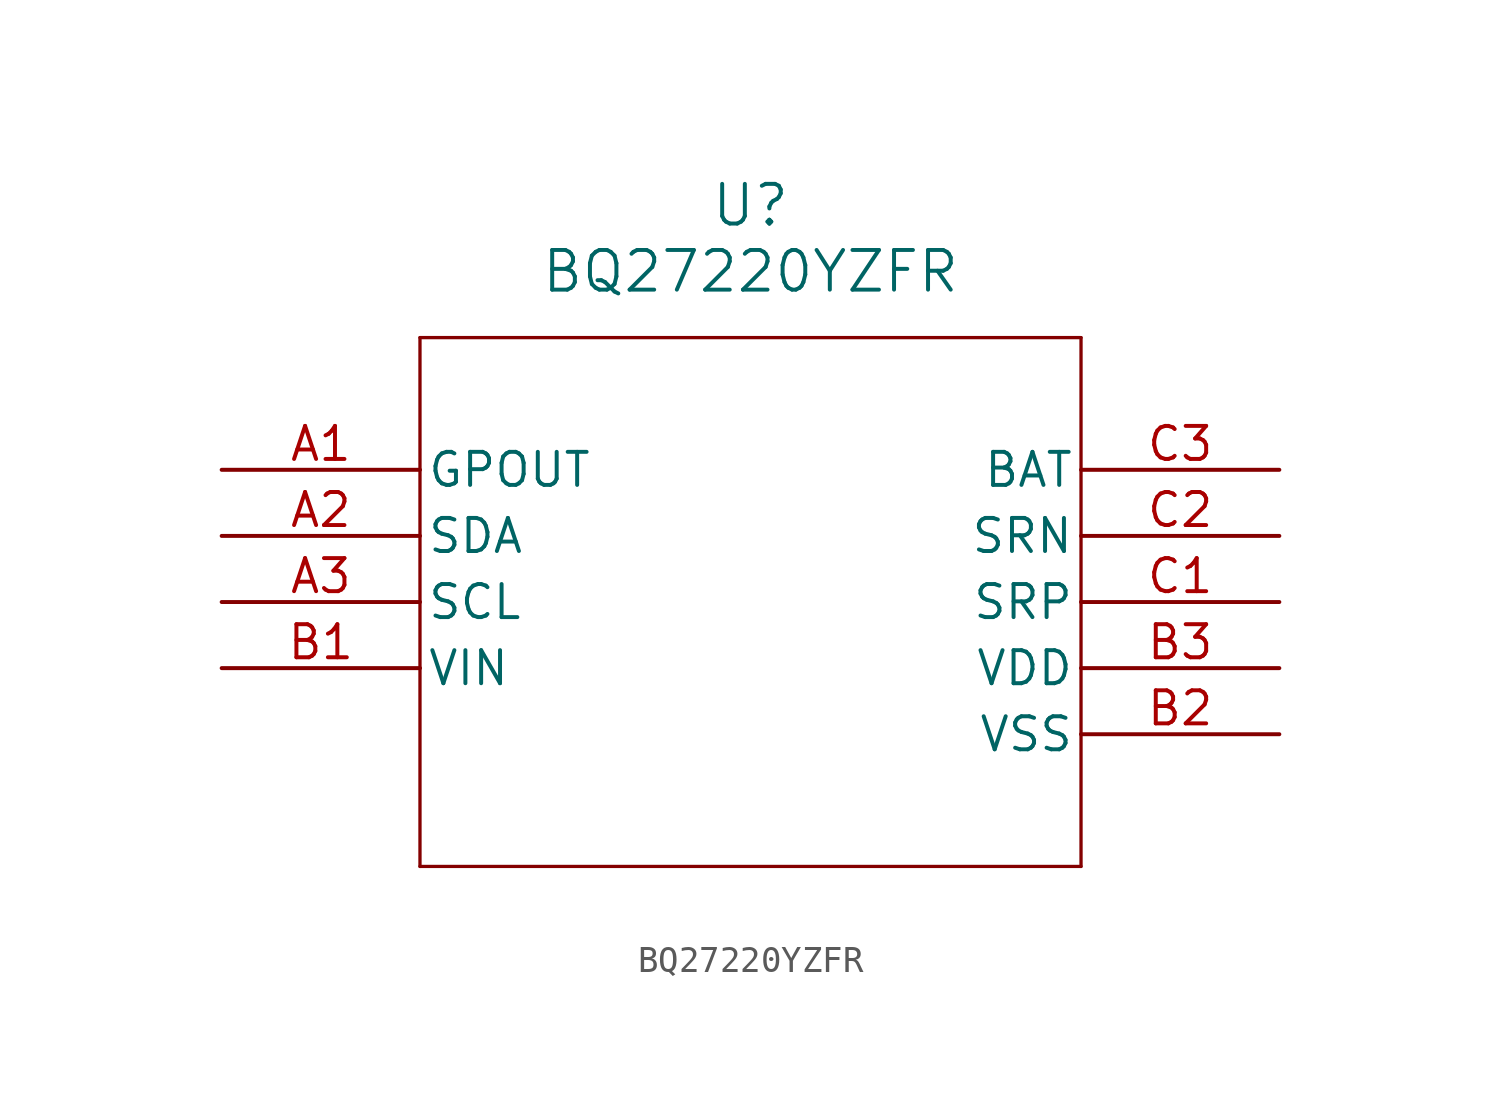
<source format=kicad_sym>
(kicad_symbol_lib
  (version 20211014)
  (generator kicad_symbol_editor)
  (symbol "BQ27220YZFR"
    (pin_names
      (offset 0.254))
    (property "Reference" "U"
      (at 20.32 10.16 0)
      (effects (font (size 1.524 1.524))))
    (property "Value" "BQ27220YZFR"
      (at 20.32 7.62 0)
      (effects (font (size 1.524 1.524))))
    (symbol "BQ27220YZFR_0_1"
      (polyline (pts (xy 7.62 5.08) (xy 7.62 -15.24)) (stroke (width 0.127) (type default) (color 0 0 0 0)) (fill (type none)))
      (polyline (pts (xy 7.62 -15.24) (xy 33.02 -15.24)) (stroke (width 0.127) (type default) (color 0 0 0 0)) (fill (type none)))
      (polyline (pts (xy 33.02 -15.24) (xy 33.02 5.08)) (stroke (width 0.127) (type default) (color 0 0 0 0)) (fill (type none)))
      (polyline (pts (xy 33.02 5.08) (xy 7.62 5.08)) (stroke (width 0.127) (type default) (color 0 0 0 0)) (fill (type none)))
      (pin output line (at 0 0 0) (length 7.62) (name "GPOUT" (effects (font (size 1.27 1.27)))) (number "A1" (effects (font (size 1.27 1.27)))))
      (pin bidirectional line (at 0 -2.54 0) (length 7.62) (name "SDA" (effects (font (size 1.27 1.27)))) (number "A2" (effects (font (size 1.27 1.27)))))
      (pin bidirectional line (at 0 -5.08 0) (length 7.62) (name "SCL" (effects (font (size 1.27 1.27)))) (number "A3" (effects (font (size 1.27 1.27)))))
      (pin input line (at 0 -7.62 0) (length 7.62) (name "VIN" (effects (font (size 1.27 1.27)))) (number "B1" (effects (font (size 1.27 1.27)))))
      (pin power_in line (at 40.64 -10.16 180) (length 7.62) (name "VSS" (effects (font (size 1.27 1.27)))) (number "B2" (effects (font (size 1.27 1.27)))))
      (pin power_in line (at 40.64 -7.62 180) (length 7.62) (name "VDD" (effects (font (size 1.27 1.27)))) (number "B3" (effects (font (size 1.27 1.27)))))
      (pin input line (at 40.64 -5.08 180) (length 7.62) (name "SRP" (effects (font (size 1.27 1.27)))) (number "C1" (effects (font (size 1.27 1.27)))))
      (pin input line (at 40.64 -2.54 180) (length 7.62) (name "SRN" (effects (font (size 1.27 1.27)))) (number "C2" (effects (font (size 1.27 1.27)))))
      (pin input line (at 40.64 0 180) (length 7.62) (name "BAT" (effects (font (size 1.27 1.27)))) (number "C3" (effects (font (size 1.27 1.27))))))))
</source>
